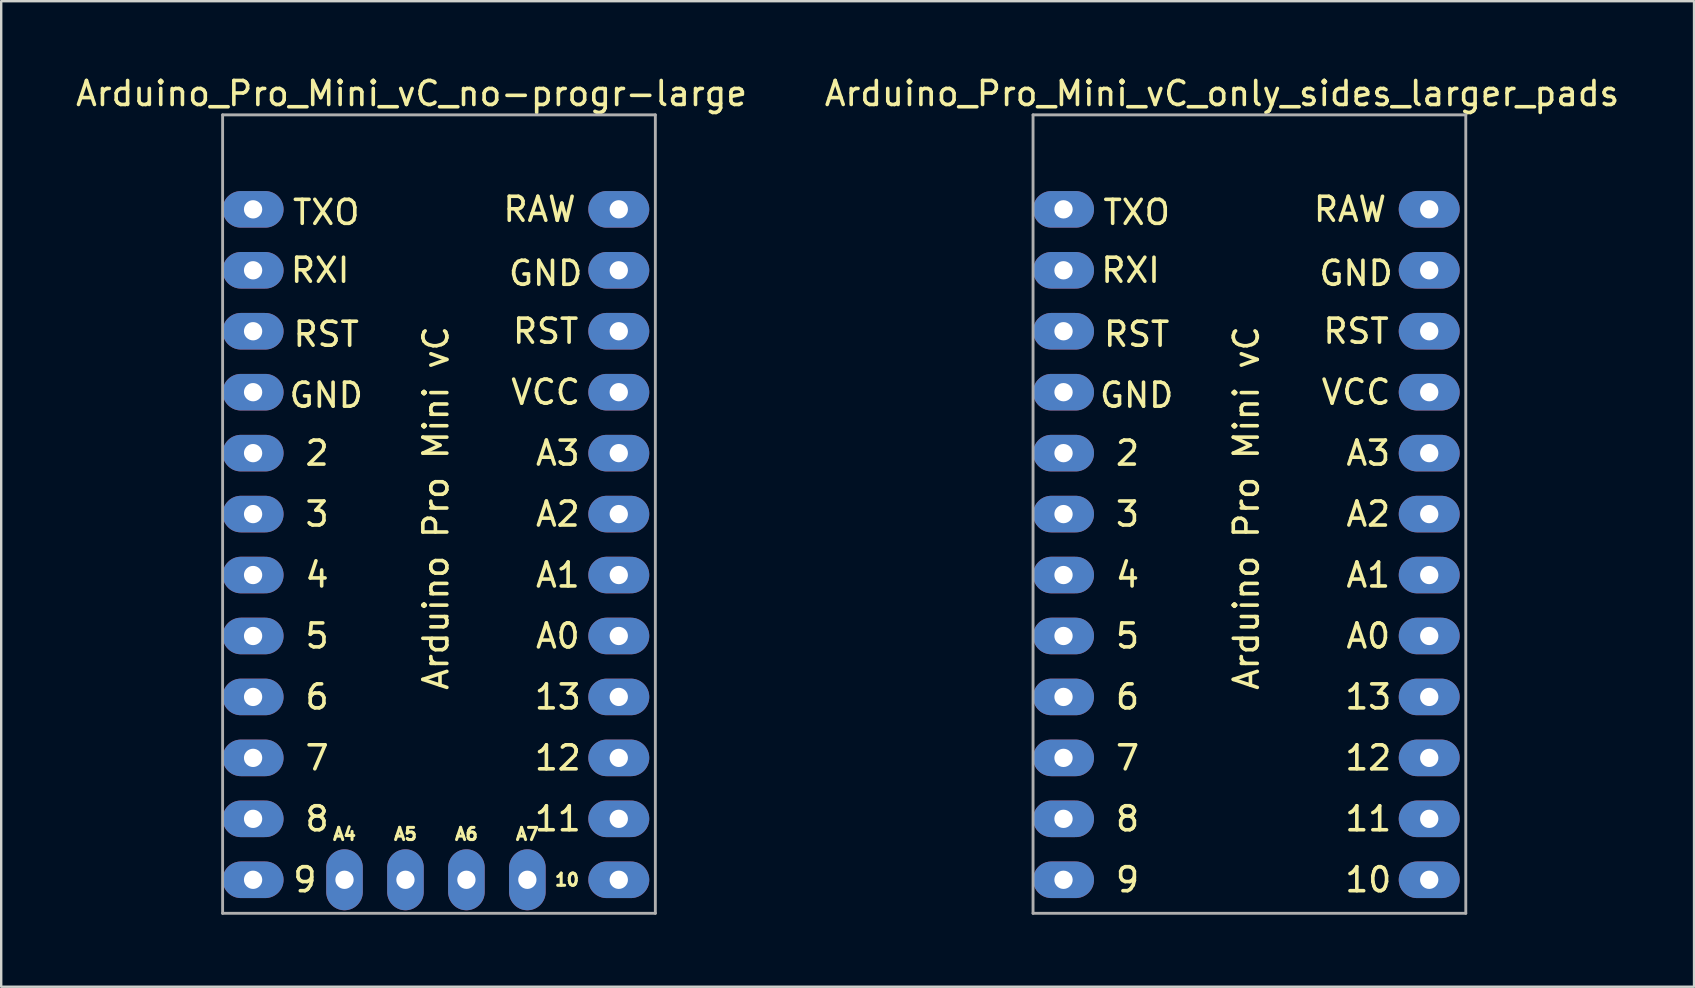
<source format=kicad_pcb>
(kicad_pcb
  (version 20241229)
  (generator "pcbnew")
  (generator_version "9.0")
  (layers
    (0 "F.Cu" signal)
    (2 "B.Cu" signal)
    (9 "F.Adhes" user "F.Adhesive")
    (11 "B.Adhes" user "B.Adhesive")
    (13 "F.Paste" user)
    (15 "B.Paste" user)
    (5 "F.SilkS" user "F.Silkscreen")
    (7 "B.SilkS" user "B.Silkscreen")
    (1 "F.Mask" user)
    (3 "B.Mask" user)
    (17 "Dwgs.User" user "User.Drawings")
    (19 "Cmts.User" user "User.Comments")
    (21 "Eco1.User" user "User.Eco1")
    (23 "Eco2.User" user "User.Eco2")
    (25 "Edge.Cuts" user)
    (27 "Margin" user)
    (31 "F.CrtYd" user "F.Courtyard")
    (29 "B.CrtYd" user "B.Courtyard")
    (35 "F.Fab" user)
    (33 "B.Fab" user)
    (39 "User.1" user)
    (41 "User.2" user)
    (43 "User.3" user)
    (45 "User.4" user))
  (footprint "Arduino_Pro_Mini_vC_no-progr-large"
    (layer "F.Cu")
    (at 7.497 5.674)
    (property "Reference" "Arduino_Pro_Mini_vC_no-progr-large" (at 6.604 -4.826 0) (layer "F.SilkS") (effects (font (size 1 1) (thickness 0.15))))
    (attr through_hole)
    (fp_line (start -1.27 -3.937) (end 16.764 -3.937) (stroke (width 0.12) (type solid)) (layer "F.Fab"))
    (fp_line (start -1.27 29.337) (end -1.27 -3.937) (stroke (width 0.12) (type solid)) (layer "F.Fab"))
    (fp_line (start 16.764 -3.937) (end 16.764 29.337) (stroke (width 0.12) (type solid)) (layer "F.Fab"))
    (fp_line (start 16.764 29.337) (end -1.27 29.337) (stroke (width 0.12) (type solid)) (layer "F.Fab"))
    (fp_text user "10" (at 13.081 27.94 0) (layer "F.SilkS") (effects (font (size 0.508 0.508) (thickness 0.127))))
    (fp_text user "A0" (at 12.7 17.78 0) (layer "F.SilkS") (effects (font (size 1 1) (thickness 0.15))))
    (fp_text user "Arduino Pro Mini vC" (at 7.62 12.446 270) (layer "F.SilkS") (effects (font (size 1 1) (thickness 0.15))))
    (fp_text user "VCC" (at 12.192 7.62 0) (layer "F.SilkS") (effects (font (size 1 1) (thickness 0.15))))
    (fp_text user "12" (at 12.7 22.86 0) (layer "F.SilkS") (effects (font (size 1 1) (thickness 0.15))))
    (fp_text user "2" (at 2.667 10.16 0) (layer "F.SilkS") (effects (font (size 1 1) (thickness 0.15))))
    (fp_text user "GND" (at 3.048 7.747 0) (layer "F.SilkS") (effects (font (size 1 1) (thickness 0.15))))
    (fp_text user "TXO" (at 3.048 0.127 0) (layer "F.SilkS") (effects (font (size 1 1) (thickness 0.15))))
    (fp_text user "11" (at 12.7 25.4 0) (layer "F.SilkS") (effects (font (size 1 1) (thickness 0.15))))
    (fp_text user "A5" (at 6.35 26.035 0) (layer "F.SilkS") (effects (font (size 0.508 0.508) (thickness 0.127))))
    (fp_text user "A7" (at 11.43 26.035 0) (layer "F.SilkS") (effects (font (size 0.508 0.508) (thickness 0.127))))
    (fp_text user "GND" (at 12.192 2.667 0) (layer "F.SilkS") (effects (font (size 1 1) (thickness 0.15))))
    (fp_text user "RAW" (at 11.938 0 0) (layer "F.SilkS") (effects (font (size 1 1) (thickness 0.15))))
    (fp_text user "3" (at 2.667 12.7 0) (layer "F.SilkS") (effects (font (size 1 1) (thickness 0.15))))
    (fp_text user "A2" (at 12.7 12.7 0) (layer "F.SilkS") (effects (font (size 1 1) (thickness 0.15))))
    (fp_text user "A1" (at 12.7 15.24 0) (layer "F.SilkS") (effects (font (size 1 1) (thickness 0.15))))
    (fp_text user "13" (at 12.7 20.32 0) (layer "F.SilkS") (effects (font (size 1 1) (thickness 0.15))))
    (fp_text user "5" (at 2.667 17.78 0) (layer "F.SilkS") (effects (font (size 1 1) (thickness 0.15))))
    (fp_text user "6" (at 2.667 20.32 0) (layer "F.SilkS") (effects (font (size 1 1) (thickness 0.15))))
    (fp_text user "A3" (at 12.7 10.16 0) (layer "F.SilkS") (effects (font (size 1 1) (thickness 0.15))))
    (fp_text user "4" (at 2.667 15.24 0) (layer "F.SilkS") (effects (font (size 1 1) (thickness 0.15))))
    (fp_text user "A6" (at 8.89 26.035 0) (layer "F.SilkS") (effects (font (size 0.508 0.508) (thickness 0.127))))
    (fp_text user "9" (at 2.159 27.94 0) (layer "F.SilkS") (effects (font (size 1 1) (thickness 0.15))))
    (fp_text user "7" (at 2.667 22.86 0) (layer "F.SilkS") (effects (font (size 1 1) (thickness 0.15))))
    (fp_text user "RST" (at 12.192 5.08 0) (layer "F.SilkS") (effects (font (size 1 1) (thickness 0.15))))
    (fp_text user "A4" (at 3.81 26.035 0) (layer "F.SilkS") (effects (font (size 0.508 0.508) (thickness 0.127))))
    (fp_text user "RST" (at 3.048 5.207 0) (layer "F.SilkS") (effects (font (size 1 1) (thickness 0.15))))
    (fp_text user "RXI" (at 2.794 2.54 0) (layer "F.SilkS") (effects (font (size 1 1) (thickness 0.15))))
    (fp_text user "8" (at 2.667 25.4 0) (layer "F.SilkS") (effects (font (size 1 1) (thickness 0.15))))
    (pad "1" thru_hole oval (at 0 0) (size 2.54 1.524) (drill 0.762) (layers "*.Cu" "*.Mask"))
    (pad "2" thru_hole oval (at 0 2.54) (size 2.54 1.524) (drill 0.762) (layers "*.Cu" "*.Mask"))
    (pad "3" thru_hole oval (at 0 5.08) (size 2.54 1.524) (drill 0.762) (layers "*.Cu" "*.Mask"))
    (pad "4" thru_hole oval (at 0 7.62) (size 2.54 1.524) (drill 0.762) (layers "*.Cu" "*.Mask"))
    (pad "5" thru_hole oval (at 0 10.16) (size 2.54 1.524) (drill 0.762) (layers "*.Cu" "*.Mask"))
    (pad "6" thru_hole oval (at 0 12.7) (size 2.54 1.524) (drill 0.762) (layers "*.Cu" "*.Mask"))
    (pad "7" thru_hole oval (at 0 15.24) (size 2.54 1.524) (drill 0.762) (layers "*.Cu" "*.Mask"))
    (pad "8" thru_hole oval (at 0 17.78) (size 2.54 1.524) (drill 0.762) (layers "*.Cu" "*.Mask"))
    (pad "9" thru_hole oval (at 0 20.32) (size 2.54 1.524) (drill 0.762) (layers "*.Cu" "*.Mask"))
    (pad "10" thru_hole oval (at 0 22.86) (size 2.54 1.524) (drill 0.762) (layers "*.Cu" "*.Mask"))
    (pad "11" thru_hole oval (at 0 25.4) (size 2.54 1.524) (drill 0.762) (layers "*.Cu" "*.Mask"))
    (pad "12" thru_hole oval (at 0 27.94) (size 2.54 1.524) (drill 0.762) (layers "*.Cu" "*.Mask"))
    (pad "13" thru_hole oval (at 15.24 0) (size 2.54 1.524) (drill 0.762) (layers "*.Cu" "*.Mask"))
    (pad "14" thru_hole oval (at 15.24 2.54) (size 2.54 1.524) (drill 0.762) (layers "*.Cu" "*.Mask"))
    (pad "15" thru_hole oval (at 15.24 5.08) (size 2.54 1.524) (drill 0.762) (layers "*.Cu" "*.Mask"))
    (pad "16" thru_hole oval (at 15.24 7.62) (size 2.54 1.524) (drill 0.762) (layers "*.Cu" "*.Mask"))
    (pad "17" thru_hole oval (at 15.24 10.16) (size 2.54 1.524) (drill 0.762) (layers "*.Cu" "*.Mask"))
    (pad "18" thru_hole oval (at 15.24 12.7) (size 2.54 1.524) (drill 0.762) (layers "*.Cu" "*.Mask"))
    (pad "19" thru_hole oval (at 15.24 15.24) (size 2.54 1.524) (drill 0.762) (layers "*.Cu" "*.Mask"))
    (pad "20" thru_hole oval (at 15.24 17.78) (size 2.54 1.524) (drill 0.762) (layers "*.Cu" "*.Mask"))
    (pad "21" thru_hole oval (at 15.24 20.32) (size 2.54 1.524) (drill 0.762) (layers "*.Cu" "*.Mask"))
    (pad "22" thru_hole oval (at 15.24 22.86) (size 2.54 1.524) (drill 0.762) (layers "*.Cu" "*.Mask"))
    (pad "23" thru_hole oval (at 15.24 25.4) (size 2.54 1.524) (drill 0.762) (layers "*.Cu" "*.Mask"))
    (pad "24" thru_hole oval (at 15.24 27.94) (size 2.54 1.524) (drill 0.762) (layers "*.Cu" "*.Mask"))
    (pad "25" thru_hole oval (at 3.81 27.94) (size 1.524 2.54) (drill 0.762) (layers "*.Cu" "*.Mask"))
    (pad "26" thru_hole oval (at 6.35 27.94) (size 1.524 2.54) (drill 0.762) (layers "*.Cu" "*.Mask"))
    (pad "27" thru_hole oval (at 8.89 27.94) (size 1.524 2.54) (drill 0.762) (layers "*.Cu" "*.Mask"))
    (pad "28" thru_hole oval (at 11.43 27.94) (size 1.524 2.54) (drill 0.762) (layers "*.Cu" "*.Mask")))
  (footprint "Arduino_Pro_Mini_vC_only_sides_larger_pads"
    (layer "F.Cu")
    (at 41.271 5.674)
    (property "Reference" "Arduino_Pro_Mini_vC_only_sides_larger_pads" (at 6.604 -4.826 0) (layer "F.SilkS") (effects (font (size 1 1) (thickness 0.15))))
    (attr through_hole)
    (fp_line (start -1.27 -3.937) (end 16.764 -3.937) (stroke (width 0.12) (type solid)) (layer "F.Fab"))
    (fp_line (start -1.27 29.337) (end -1.27 -3.937) (stroke (width 0.12) (type solid)) (layer "F.Fab"))
    (fp_line (start 16.764 -3.937) (end 16.764 29.337) (stroke (width 0.12) (type solid)) (layer "F.Fab"))
    (fp_line (start 16.764 29.337) (end -1.27 29.337) (stroke (width 0.12) (type solid)) (layer "F.Fab"))
    (fp_text user "6" (at 2.667 20.32 0) (layer "F.SilkS") (effects (font (size 1 1) (thickness 0.15))))
    (fp_text user "5" (at 2.667 17.78 0) (layer "F.SilkS") (effects (font (size 1 1) (thickness 0.15))))
    (fp_text user "8" (at 2.667 25.4 0) (layer "F.SilkS") (effects (font (size 1 1) (thickness 0.15))))
    (fp_text user "7" (at 2.667 22.86 0) (layer "F.SilkS") (effects (font (size 1 1) (thickness 0.15))))
    (fp_text user "A3" (at 12.7 10.16 0) (layer "F.SilkS") (effects (font (size 1 1) (thickness 0.15))))
    (fp_text user "13" (at 12.7 20.32 0) (layer "F.SilkS") (effects (font (size 1 1) (thickness 0.15))))
    (fp_text user "GND" (at 3.048 7.747 0) (layer "F.SilkS") (effects (font (size 1 1) (thickness 0.15))))
    (fp_text user "VCC" (at 12.192 7.62 0) (layer "F.SilkS") (effects (font (size 1 1) (thickness 0.15))))
    (fp_text user "2" (at 2.667 10.16 0) (layer "F.SilkS") (effects (font (size 1 1) (thickness 0.15))))
    (fp_text user "TXO" (at 3.048 0.127 0) (layer "F.SilkS") (effects (font (size 1 1) (thickness 0.15))))
    (fp_text user "3" (at 2.667 12.7 0) (layer "F.SilkS") (effects (font (size 1 1) (thickness 0.15))))
    (fp_text user "RST" (at 12.192 5.08 0) (layer "F.SilkS") (effects (font (size 1 1) (thickness 0.15))))
    (fp_text user "9" (at 2.667 27.94 0) (layer "F.SilkS") (effects (font (size 1 1) (thickness 0.15))))
    (fp_text user "12" (at 12.7 22.86 0) (layer "F.SilkS") (effects (font (size 1 1) (thickness 0.15))))
    (fp_text user "4" (at 2.667 15.24 0) (layer "F.SilkS") (effects (font (size 1 1) (thickness 0.15))))
    (fp_text user "RXI" (at 2.794 2.54 0) (layer "F.SilkS") (effects (font (size 1 1) (thickness 0.15))))
    (fp_text user "A0" (at 12.7 17.78 0) (layer "F.SilkS") (effects (font (size 1 1) (thickness 0.15))))
    (fp_text user "11" (at 12.7 25.4 0) (layer "F.SilkS") (effects (font (size 1 1) (thickness 0.15))))
    (fp_text user "A2" (at 12.7 12.7 0) (layer "F.SilkS") (effects (font (size 1 1) (thickness 0.15))))
    (fp_text user "Arduino Pro Mini vC" (at 7.62 12.446 270) (layer "F.SilkS") (effects (font (size 1 1) (thickness 0.15))))
    (fp_text user "RST" (at 3.048 5.207 0) (layer "F.SilkS") (effects (font (size 1 1) (thickness 0.15))))
    (fp_text user "10" (at 12.7 27.94 0) (layer "F.SilkS") (effects (font (size 1 1) (thickness 0.15))))
    (fp_text user "RAW" (at 11.938 0 0) (layer "F.SilkS") (effects (font (size 1 1) (thickness 0.15))))
    (fp_text user "GND" (at 12.192 2.667 0) (layer "F.SilkS") (effects (font (size 1 1) (thickness 0.15))))
    (fp_text user "A1" (at 12.7 15.24 0) (layer "F.SilkS") (effects (font (size 1 1) (thickness 0.15))))
    (pad "1" thru_hole oval (at 0 0) (size 2.54 1.524) (drill 0.762) (layers "*.Cu" "*.Mask"))
    (pad "2" thru_hole oval (at 0 2.54) (size 2.54 1.524) (drill 0.762) (layers "*.Cu" "*.Mask"))
    (pad "3" thru_hole oval (at 0 5.08) (size 2.54 1.524) (drill 0.762) (layers "*.Cu" "*.Mask"))
    (pad "4" thru_hole oval (at 0 7.62) (size 2.54 1.524) (drill 0.762) (layers "*.Cu" "*.Mask"))
    (pad "5" thru_hole oval (at 0 10.16) (size 2.54 1.524) (drill 0.762) (layers "*.Cu" "*.Mask"))
    (pad "6" thru_hole oval (at 0 12.7) (size 2.54 1.524) (drill 0.762) (layers "*.Cu" "*.Mask"))
    (pad "7" thru_hole oval (at 0 15.24) (size 2.54 1.524) (drill 0.762) (layers "*.Cu" "*.Mask"))
    (pad "8" thru_hole oval (at 0 17.78) (size 2.54 1.524) (drill 0.762) (layers "*.Cu" "*.Mask"))
    (pad "9" thru_hole oval (at 0 20.32) (size 2.54 1.524) (drill 0.762) (layers "*.Cu" "*.Mask"))
    (pad "10" thru_hole oval (at 0 22.86) (size 2.54 1.524) (drill 0.762) (layers "*.Cu" "*.Mask"))
    (pad "11" thru_hole oval (at 0 25.4) (size 2.54 1.524) (drill 0.762) (layers "*.Cu" "*.Mask"))
    (pad "12" thru_hole oval (at 0 27.94) (size 2.54 1.524) (drill 0.762) (layers "*.Cu" "*.Mask"))
    (pad "13" thru_hole oval (at 15.24 27.94) (size 2.54 1.524) (drill 0.762) (layers "*.Cu" "*.Mask"))
    (pad "14" thru_hole oval (at 15.24 22.86) (size 2.54 1.524) (drill 0.762) (layers "*.Cu" "*.Mask"))
    (pad "14" thru_hole oval (at 15.24 25.4) (size 2.54 1.524) (drill 0.762) (layers "*.Cu" "*.Mask"))
    (pad "16" thru_hole oval (at 15.24 20.32) (size 2.54 1.524) (drill 0.762) (layers "*.Cu" "*.Mask"))
    (pad "17" thru_hole oval (at 15.24 17.78) (size 2.54 1.524) (drill 0.762) (layers "*.Cu" "*.Mask"))
    (pad "18" thru_hole oval (at 15.24 15.24) (size 2.54 1.524) (drill 0.762) (layers "*.Cu" "*.Mask"))
    (pad "19" thru_hole oval (at 15.24 12.7) (size 2.54 1.524) (drill 0.762) (layers "*.Cu" "*.Mask"))
    (pad "20" thru_hole oval (at 15.24 10.16) (size 2.54 1.524) (drill 0.762) (layers "*.Cu" "*.Mask"))
    (pad "21" thru_hole oval (at 15.24 7.62) (size 2.54 1.524) (drill 0.762) (layers "*.Cu" "*.Mask"))
    (pad "22" thru_hole oval (at 15.24 5.08) (size 2.54 1.524) (drill 0.762) (layers "*.Cu" "*.Mask"))
    (pad "23" thru_hole oval (at 15.24 2.54) (size 2.54 1.524) (drill 0.762) (layers "*.Cu" "*.Mask"))
    (pad "24" thru_hole oval (at 15.24 0) (size 2.54 1.524) (drill 0.762) (layers "*.Cu" "*.Mask")))
  (gr_rect
    (start -3 -3)
    (end 67.548 38.071)
    (stroke (width 0.1) (type default))
    (fill no)
    (layer "Edge.Cuts")))
</source>
